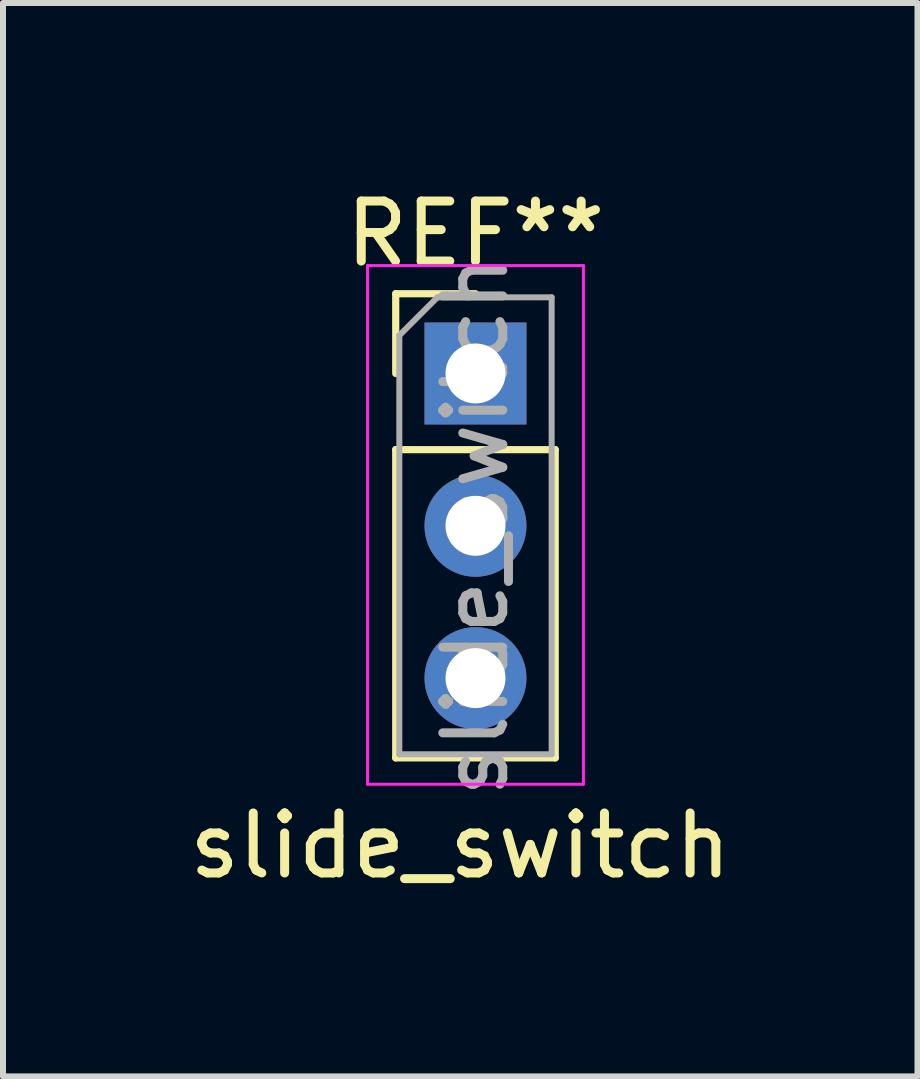
<source format=kicad_pcb>
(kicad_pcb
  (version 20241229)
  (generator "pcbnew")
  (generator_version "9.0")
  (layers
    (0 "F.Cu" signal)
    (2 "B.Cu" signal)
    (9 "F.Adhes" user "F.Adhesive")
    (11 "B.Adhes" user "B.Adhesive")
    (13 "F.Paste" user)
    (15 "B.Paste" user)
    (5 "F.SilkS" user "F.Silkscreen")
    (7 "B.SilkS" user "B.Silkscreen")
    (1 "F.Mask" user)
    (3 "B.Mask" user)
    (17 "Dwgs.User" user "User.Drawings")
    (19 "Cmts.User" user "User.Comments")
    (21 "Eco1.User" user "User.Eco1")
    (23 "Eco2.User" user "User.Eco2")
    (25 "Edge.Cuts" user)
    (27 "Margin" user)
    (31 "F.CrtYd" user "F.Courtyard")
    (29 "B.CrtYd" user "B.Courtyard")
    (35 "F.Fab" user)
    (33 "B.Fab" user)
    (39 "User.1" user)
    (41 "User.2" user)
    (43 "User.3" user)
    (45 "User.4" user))
  (footprint "slide_switch"
    (layer "F.Cu")
    (at 4.879 0.638)
    (property "Reference" "slide_switch" (at -0.254 10.414 0) (layer "F.SilkS") (effects (font (size 1 1) (thickness 0.15))))
    (attr through_hole)
    (fp_line (start -1.33 1.21) (end 0 1.21) (stroke (width 0.12) (type solid)) (layer "F.SilkS"))
    (fp_line (start -1.33 2.54) (end -1.33 1.21) (stroke (width 0.12) (type solid)) (layer "F.SilkS"))
    (fp_line (start -1.33 3.81) (end -1.33 8.95) (stroke (width 0.12) (type solid)) (layer "F.SilkS"))
    (fp_line (start -1.33 3.81) (end 1.33 3.81) (stroke (width 0.12) (type solid)) (layer "F.SilkS"))
    (fp_line (start -1.33 8.95) (end 1.33 8.95) (stroke (width 0.12) (type solid)) (layer "F.SilkS"))
    (fp_line (start 1.33 3.81) (end 1.33 8.95) (stroke (width 0.12) (type solid)) (layer "F.SilkS"))
    (fp_line (start -1.8 0.74) (end -1.8 9.39) (stroke (width 0.05) (type solid)) (layer "F.CrtYd"))
    (fp_line (start -1.8 9.39) (end 1.8 9.39) (stroke (width 0.05) (type solid)) (layer "F.CrtYd"))
    (fp_line (start 1.8 0.74) (end -1.8 0.74) (stroke (width 0.05) (type solid)) (layer "F.CrtYd"))
    (fp_line (start 1.8 9.39) (end 1.8 0.74) (stroke (width 0.05) (type solid)) (layer "F.CrtYd"))
    (fp_line (start -1.27 1.905) (end -0.635 1.27) (stroke (width 0.1) (type solid)) (layer "F.Fab"))
    (fp_line (start -1.27 8.89) (end -1.27 1.905) (stroke (width 0.1) (type solid)) (layer "F.Fab"))
    (fp_line (start -0.635 1.27) (end 1.27 1.27) (stroke (width 0.1) (type solid)) (layer "F.Fab"))
    (fp_line (start 1.27 1.27) (end 1.27 8.89) (stroke (width 0.1) (type solid)) (layer "F.Fab"))
    (fp_line (start 1.27 8.89) (end -1.27 8.89) (stroke (width 0.1) (type solid)) (layer "F.Fab"))
    (fp_text user "REF**" (at 0 0.21 0) (layer "F.SilkS") (effects (font (size 1 1) (thickness 0.15))))
    (fp_text user "${REFERENCE}" (at 0 5.08 90) (layer "F.Fab") (effects (font (size 1 1) (thickness 0.15))))
    (pad "1" thru_hole rect (at 0 2.54) (size 1.7 1.7) (drill 1) (layers "*.Cu" "*.Mask"))
    (pad "2" thru_hole oval (at 0 5.08) (size 1.7 1.7) (drill 1) (layers "*.Cu" "*.Mask"))
    (pad "3" thru_hole oval (at 0 7.62) (size 1.7 1.7) (drill 1) (layers "*.Cu" "*.Mask")))
  (gr_rect
    (start -3 -3)
    (end 12.25 14.9)
    (stroke (width 0.1) (type default))
    (fill no)
    (layer "Edge.Cuts")))
</source>
